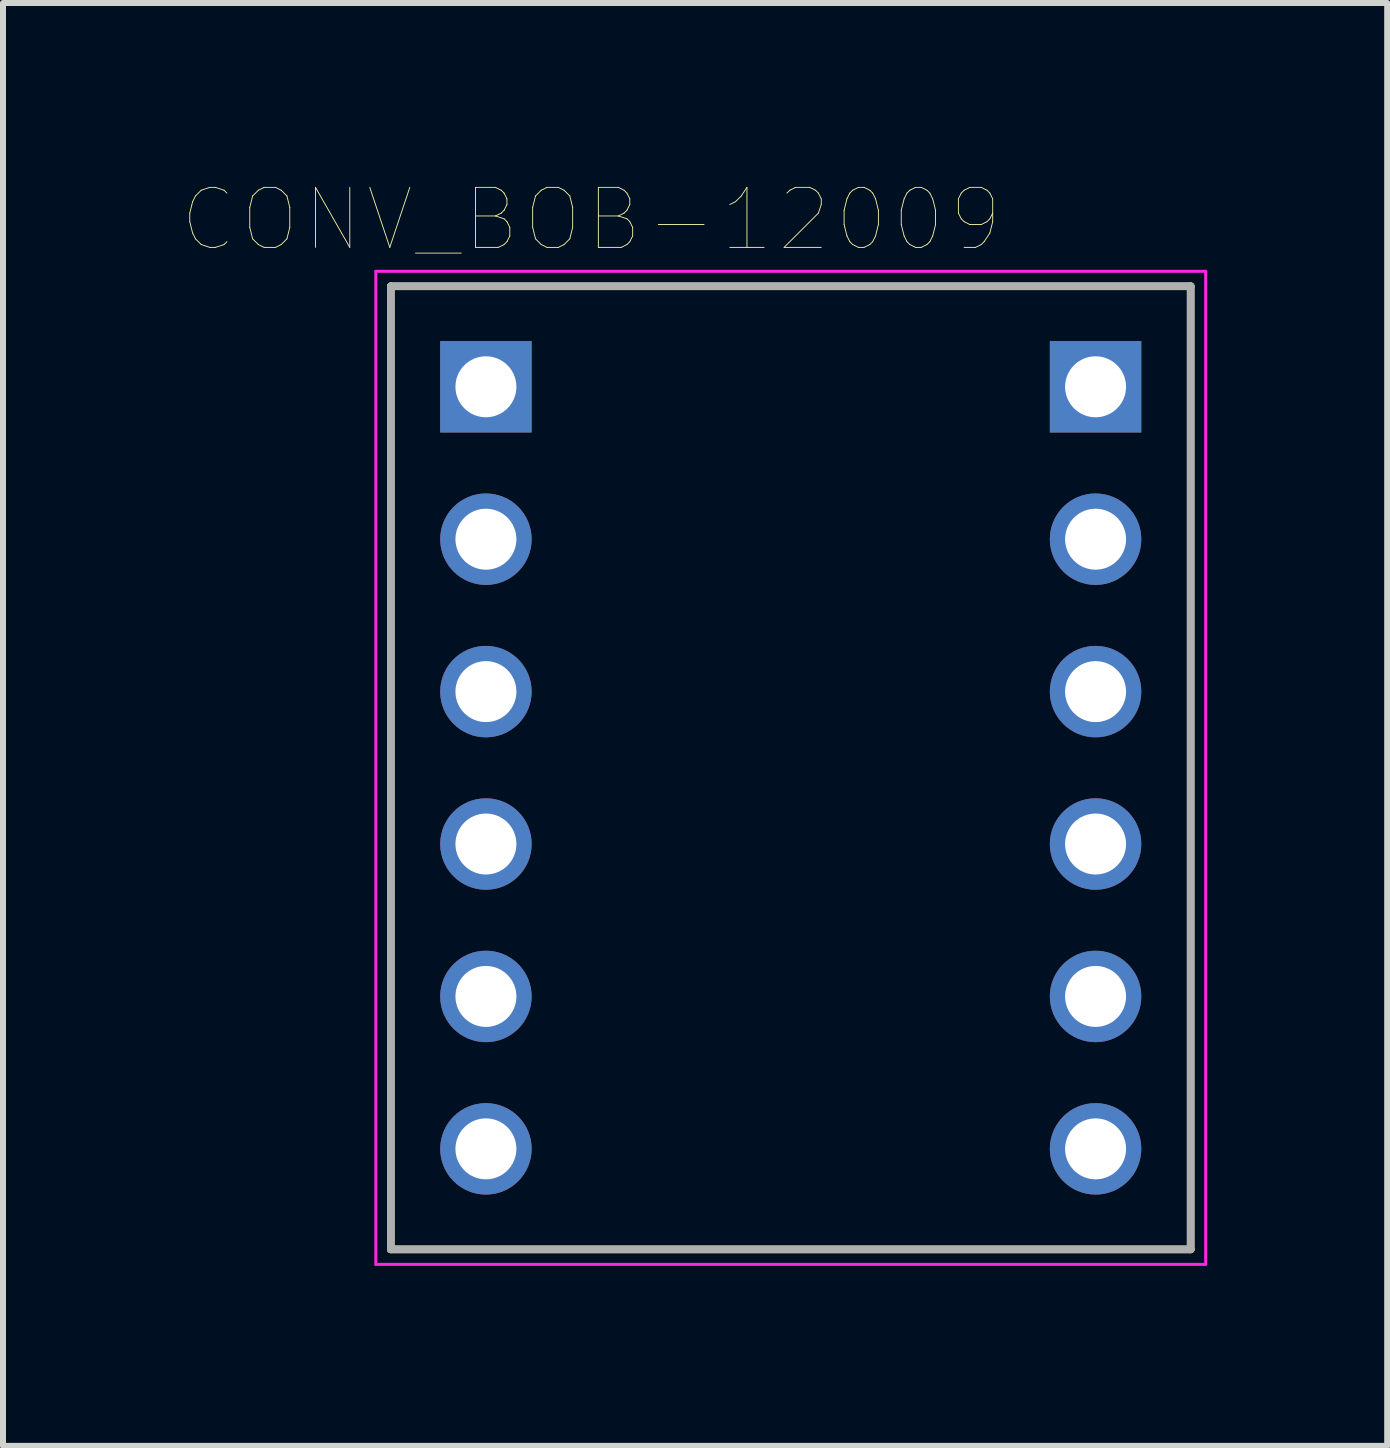
<source format=kicad_pcb>
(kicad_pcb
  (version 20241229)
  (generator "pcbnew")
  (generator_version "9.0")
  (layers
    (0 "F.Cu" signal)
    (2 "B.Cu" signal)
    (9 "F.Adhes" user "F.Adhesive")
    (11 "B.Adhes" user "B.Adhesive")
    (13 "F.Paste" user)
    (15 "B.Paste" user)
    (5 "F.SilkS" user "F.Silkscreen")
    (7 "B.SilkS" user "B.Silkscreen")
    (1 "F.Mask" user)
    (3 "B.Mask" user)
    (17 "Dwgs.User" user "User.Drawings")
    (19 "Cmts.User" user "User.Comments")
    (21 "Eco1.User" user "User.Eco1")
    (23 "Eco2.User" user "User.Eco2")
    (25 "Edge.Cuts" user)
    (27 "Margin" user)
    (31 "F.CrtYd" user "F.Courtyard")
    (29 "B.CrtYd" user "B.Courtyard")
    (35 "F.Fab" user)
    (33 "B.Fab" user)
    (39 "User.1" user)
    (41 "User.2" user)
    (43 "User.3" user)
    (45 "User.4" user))
  (footprint "CONV_BOB-12009"
    (layer "F.Cu")
    (at 10.128 9.746)
    (property "Reference" "CONV_BOB-12009" (at -3.325 -9.135 0) (layer "F.SilkS") (effects (font (size 1 1) (thickness 0.015))))
    (attr through_hole)
    (fp_line (start -6.665 -8.025) (end 6.665 -8.025) (stroke (width 0.127) (type solid)) (layer "F.SilkS"))
    (fp_line (start -6.665 8.025) (end -6.665 -8.025) (stroke (width 0.127) (type solid)) (layer "F.SilkS"))
    (fp_line (start 6.665 -8.025) (end 6.665 8.025) (stroke (width 0.127) (type solid)) (layer "F.SilkS"))
    (fp_line (start 6.665 8.025) (end -6.665 8.025) (stroke (width 0.127) (type solid)) (layer "F.SilkS"))
    (fp_line (start -6.915 -8.275) (end -6.915 8.275) (stroke (width 0.05) (type solid)) (layer "F.CrtYd"))
    (fp_line (start -6.915 8.275) (end 6.915 8.275) (stroke (width 0.05) (type solid)) (layer "F.CrtYd"))
    (fp_line (start 6.915 -8.275) (end -6.915 -8.275) (stroke (width 0.05) (type solid)) (layer "F.CrtYd"))
    (fp_line (start 6.915 8.275) (end 6.915 -8.275) (stroke (width 0.05) (type solid)) (layer "F.CrtYd"))
    (fp_line (start -6.665 -8.025) (end 6.665 -8.025) (stroke (width 0.127) (type solid)) (layer "F.Fab"))
    (fp_line (start -6.665 8.025) (end -6.665 -8.025) (stroke (width 0.127) (type solid)) (layer "F.Fab"))
    (fp_line (start 6.665 -8.025) (end 6.665 8.025) (stroke (width 0.127) (type solid)) (layer "F.Fab"))
    (fp_line (start 6.665 8.025) (end -6.665 8.025) (stroke (width 0.127) (type solid)) (layer "F.Fab"))
    (pad "GND_1" thru_hole circle (at 5.08 1.27) (size 1.524 1.524) (drill 1.016) (layers "*.Cu" "*.Mask"))
    (pad "GND_2" thru_hole circle (at -5.08 1.27) (size 1.524 1.524) (drill 1.016) (layers "*.Cu" "*.Mask"))
    (pad "HV" thru_hole circle (at 5.08 -1.27) (size 1.524 1.524) (drill 1.016) (layers "*.Cu" "*.Mask"))
    (pad "HV1" thru_hole rect (at 5.08 -6.35) (size 1.524 1.524) (drill 1.016) (layers "*.Cu" "*.Mask"))
    (pad "HV2" thru_hole circle (at 5.08 -3.81) (size 1.524 1.524) (drill 1.016) (layers "*.Cu" "*.Mask"))
    (pad "HV3" thru_hole circle (at 5.08 3.81) (size 1.524 1.524) (drill 1.016) (layers "*.Cu" "*.Mask"))
    (pad "HV4" thru_hole circle (at 5.08 6.35) (size 1.524 1.524) (drill 1.016) (layers "*.Cu" "*.Mask"))
    (pad "LV" thru_hole circle (at -5.08 -1.27) (size 1.524 1.524) (drill 1.016) (layers "*.Cu" "*.Mask"))
    (pad "LV1" thru_hole rect (at -5.08 -6.35) (size 1.524 1.524) (drill 1.016) (layers "*.Cu" "*.Mask"))
    (pad "LV2" thru_hole circle (at -5.08 -3.81) (size 1.524 1.524) (drill 1.016) (layers "*.Cu" "*.Mask"))
    (pad "LV3" thru_hole circle (at -5.08 3.81) (size 1.524 1.524) (drill 1.016) (layers "*.Cu" "*.Mask"))
    (pad "LV4" thru_hole circle (at -5.08 6.35) (size 1.524 1.524) (drill 1.016) (layers "*.Cu" "*.Mask")))
  (gr_rect
    (start -3 -3)
    (end 20.068 21.046)
    (stroke (width 0.1) (type default))
    (fill no)
    (layer "Edge.Cuts")))
</source>
